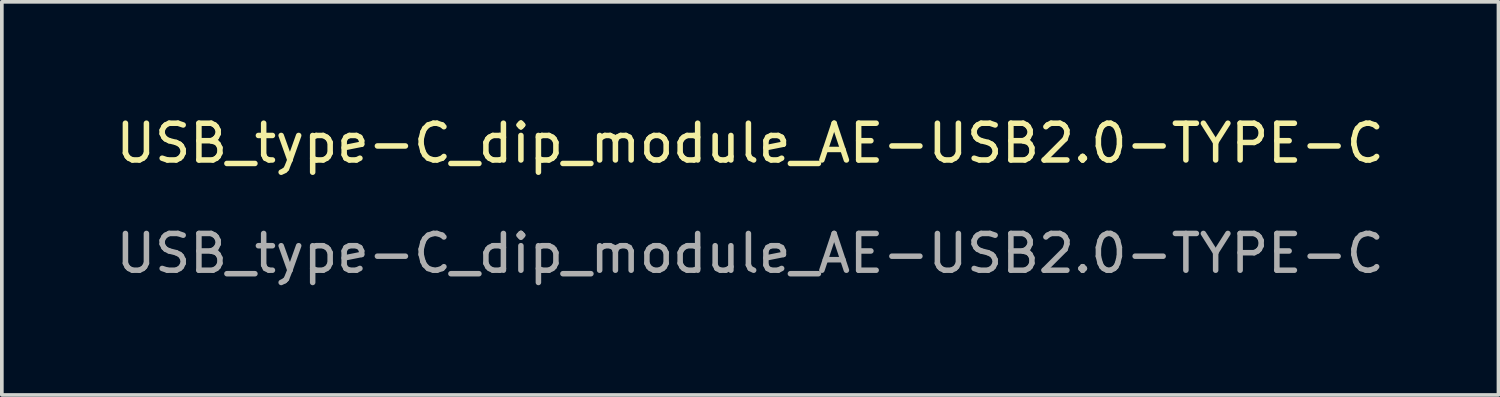
<source format=kicad_pcb>
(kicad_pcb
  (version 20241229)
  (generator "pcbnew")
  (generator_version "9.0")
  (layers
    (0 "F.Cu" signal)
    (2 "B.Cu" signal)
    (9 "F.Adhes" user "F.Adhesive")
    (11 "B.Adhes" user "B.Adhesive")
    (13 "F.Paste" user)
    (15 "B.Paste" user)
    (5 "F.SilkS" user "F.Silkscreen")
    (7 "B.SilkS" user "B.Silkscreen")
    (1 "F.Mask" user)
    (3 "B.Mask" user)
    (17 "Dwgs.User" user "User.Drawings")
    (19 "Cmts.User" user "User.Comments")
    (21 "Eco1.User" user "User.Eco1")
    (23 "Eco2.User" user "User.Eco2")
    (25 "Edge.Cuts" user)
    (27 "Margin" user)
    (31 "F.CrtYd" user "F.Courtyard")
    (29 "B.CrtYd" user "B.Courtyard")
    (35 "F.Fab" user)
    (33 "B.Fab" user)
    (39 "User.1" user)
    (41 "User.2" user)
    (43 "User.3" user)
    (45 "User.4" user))
  (footprint "USB_type-C_dip_module_AE-USB2.0-TYPE-C"
    (layer "F.Cu")
    (at 17.363 1.348)
    (property "Reference" "USB_type-C_dip_module_AE-USB2.0-TYPE-C" (at 0 -0.5 0) (unlocked yes) (layer "F.SilkS") (effects (font (size 1 1) (thickness 0.15))))
    (attr through_hole)
    (fp_text user "${REFERENCE}" (at 0 2.5 0) (unlocked yes) (layer "F.Fab") (effects (font (size 1 1) (thickness 0.15)))))
  (gr_rect
    (start -3 -3)
    (end 37.726 7.697)
    (stroke (width 0.1) (type default))
    (fill no)
    (layer "Edge.Cuts")))
</source>
